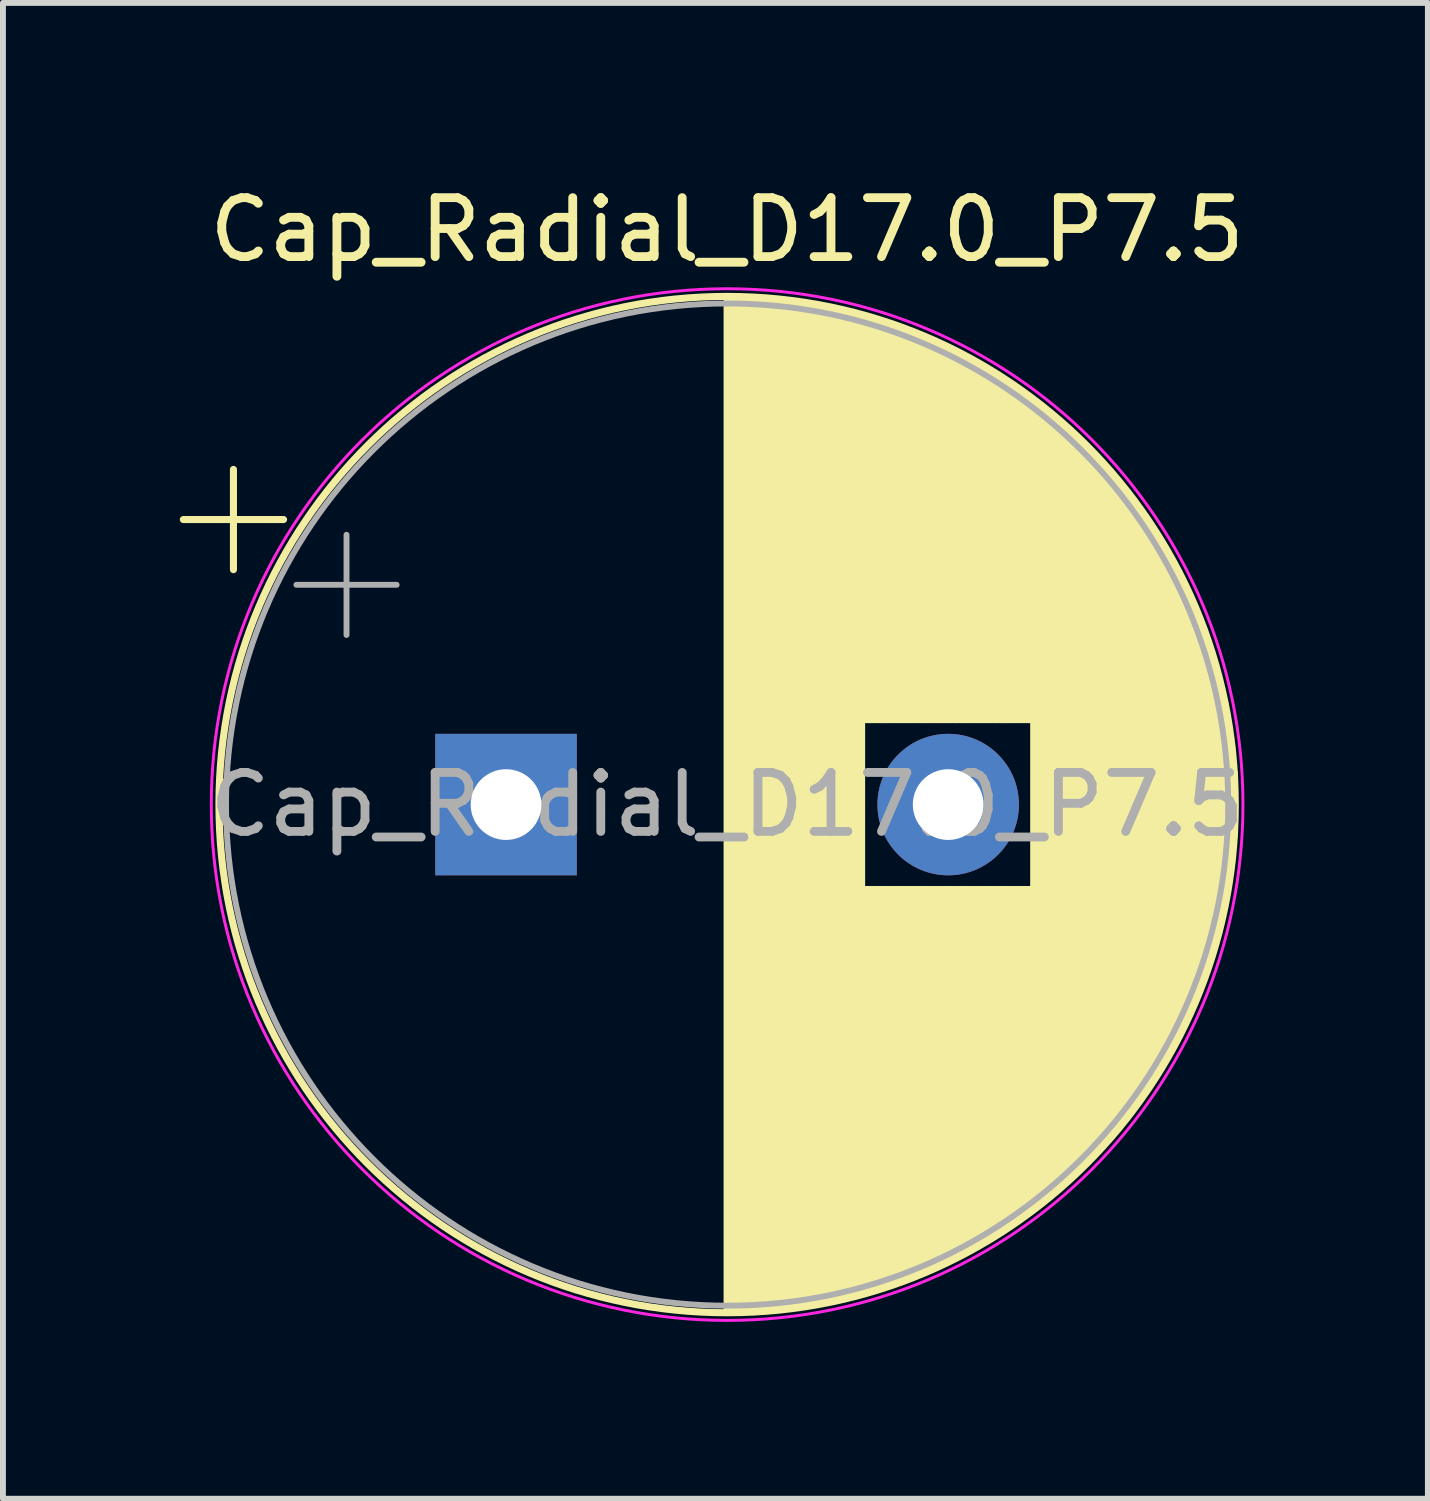
<source format=kicad_pcb>
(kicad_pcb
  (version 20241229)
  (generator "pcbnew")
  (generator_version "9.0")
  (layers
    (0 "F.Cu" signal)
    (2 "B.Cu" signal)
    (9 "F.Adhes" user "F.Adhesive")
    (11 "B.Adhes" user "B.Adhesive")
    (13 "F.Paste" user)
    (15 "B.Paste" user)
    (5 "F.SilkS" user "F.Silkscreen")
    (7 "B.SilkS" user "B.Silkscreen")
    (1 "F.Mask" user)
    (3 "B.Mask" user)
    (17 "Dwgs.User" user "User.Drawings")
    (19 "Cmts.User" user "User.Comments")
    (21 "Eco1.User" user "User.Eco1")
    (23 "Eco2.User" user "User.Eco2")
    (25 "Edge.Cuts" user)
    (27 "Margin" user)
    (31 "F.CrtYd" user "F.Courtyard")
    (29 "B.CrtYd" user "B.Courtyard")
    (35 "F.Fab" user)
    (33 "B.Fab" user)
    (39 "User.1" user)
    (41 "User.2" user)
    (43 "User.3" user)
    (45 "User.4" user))
  (footprint "Cap_Radial_D17.0_P7.5"
    (layer "F.Cu")
    (at 5.534 10.598)
    (property "Reference" "Cap_Radial_D17.0_P7.5" (at 3.75 -9.75 0) (layer "F.SilkS") (effects (font (size 1 1) (thickness 0.15))))
    (fp_line (start -5.474 -4.835) (end -3.774 -4.835) (stroke (width 0.12) (type solid)) (layer "F.SilkS"))
    (fp_line (start -4.624 -5.685) (end -4.624 -3.985) (stroke (width 0.12) (type solid)) (layer "F.SilkS"))
    (fp_line (start 3.75 -8.581) (end 3.75 8.581) (stroke (width 0.12) (type solid)) (layer "F.SilkS"))
    (fp_line (start 3.79 -8.58) (end 3.79 8.58) (stroke (width 0.12) (type solid)) (layer "F.SilkS"))
    (fp_line (start 3.83 -8.58) (end 3.83 8.58) (stroke (width 0.12) (type solid)) (layer "F.SilkS"))
    (fp_line (start 3.87 -8.58) (end 3.87 8.58) (stroke (width 0.12) (type solid)) (layer "F.SilkS"))
    (fp_line (start 3.91 -8.579) (end 3.91 8.579) (stroke (width 0.12) (type solid)) (layer "F.SilkS"))
    (fp_line (start 3.95 -8.578) (end 3.95 8.578) (stroke (width 0.12) (type solid)) (layer "F.SilkS"))
    (fp_line (start 3.99 -8.577) (end 3.99 8.577) (stroke (width 0.12) (type solid)) (layer "F.SilkS"))
    (fp_line (start 4.03 -8.576) (end 4.03 8.576) (stroke (width 0.12) (type solid)) (layer "F.SilkS"))
    (fp_line (start 4.07 -8.575) (end 4.07 8.575) (stroke (width 0.12) (type solid)) (layer "F.SilkS"))
    (fp_line (start 4.11 -8.573) (end 4.11 8.573) (stroke (width 0.12) (type solid)) (layer "F.SilkS"))
    (fp_line (start 4.15 -8.571) (end 4.15 8.571) (stroke (width 0.12) (type solid)) (layer "F.SilkS"))
    (fp_line (start 4.19 -8.569) (end 4.19 8.569) (stroke (width 0.12) (type solid)) (layer "F.SilkS"))
    (fp_line (start 4.23 -8.567) (end 4.23 8.567) (stroke (width 0.12) (type solid)) (layer "F.SilkS"))
    (fp_line (start 4.27 -8.565) (end 4.27 8.565) (stroke (width 0.12) (type solid)) (layer "F.SilkS"))
    (fp_line (start 4.31 -8.562) (end 4.31 8.562) (stroke (width 0.12) (type solid)) (layer "F.SilkS"))
    (fp_line (start 4.35 -8.56) (end 4.35 8.56) (stroke (width 0.12) (type solid)) (layer "F.SilkS"))
    (fp_line (start 4.39 -8.557) (end 4.39 8.557) (stroke (width 0.12) (type solid)) (layer "F.SilkS"))
    (fp_line (start 4.43 -8.554) (end 4.43 8.554) (stroke (width 0.12) (type solid)) (layer "F.SilkS"))
    (fp_line (start 4.471 -8.55) (end 4.471 8.55) (stroke (width 0.12) (type solid)) (layer "F.SilkS"))
    (fp_line (start 4.511 -8.547) (end 4.511 8.547) (stroke (width 0.12) (type solid)) (layer "F.SilkS"))
    (fp_line (start 4.551 -8.543) (end 4.551 8.543) (stroke (width 0.12) (type solid)) (layer "F.SilkS"))
    (fp_line (start 4.591 -8.539) (end 4.591 8.539) (stroke (width 0.12) (type solid)) (layer "F.SilkS"))
    (fp_line (start 4.631 -8.535) (end 4.631 8.535) (stroke (width 0.12) (type solid)) (layer "F.SilkS"))
    (fp_line (start 4.671 -8.531) (end 4.671 8.531) (stroke (width 0.12) (type solid)) (layer "F.SilkS"))
    (fp_line (start 4.711 -8.527) (end 4.711 8.527) (stroke (width 0.12) (type solid)) (layer "F.SilkS"))
    (fp_line (start 4.751 -8.522) (end 4.751 8.522) (stroke (width 0.12) (type solid)) (layer "F.SilkS"))
    (fp_line (start 4.791 -8.518) (end 4.791 8.518) (stroke (width 0.12) (type solid)) (layer "F.SilkS"))
    (fp_line (start 4.831 -8.513) (end 4.831 8.513) (stroke (width 0.12) (type solid)) (layer "F.SilkS"))
    (fp_line (start 4.871 -8.507) (end 4.871 8.507) (stroke (width 0.12) (type solid)) (layer "F.SilkS"))
    (fp_line (start 4.911 -8.502) (end 4.911 8.502) (stroke (width 0.12) (type solid)) (layer "F.SilkS"))
    (fp_line (start 4.951 -8.497) (end 4.951 8.497) (stroke (width 0.12) (type solid)) (layer "F.SilkS"))
    (fp_line (start 4.991 -8.491) (end 4.991 8.491) (stroke (width 0.12) (type solid)) (layer "F.SilkS"))
    (fp_line (start 5.031 -8.485) (end 5.031 8.485) (stroke (width 0.12) (type solid)) (layer "F.SilkS"))
    (fp_line (start 5.071 -8.479) (end 5.071 8.479) (stroke (width 0.12) (type solid)) (layer "F.SilkS"))
    (fp_line (start 5.111 -8.473) (end 5.111 8.473) (stroke (width 0.12) (type solid)) (layer "F.SilkS"))
    (fp_line (start 5.151 -8.466) (end 5.151 8.466) (stroke (width 0.12) (type solid)) (layer "F.SilkS"))
    (fp_line (start 5.191 -8.459) (end 5.191 8.459) (stroke (width 0.12) (type solid)) (layer "F.SilkS"))
    (fp_line (start 5.231 -8.452) (end 5.231 8.452) (stroke (width 0.12) (type solid)) (layer "F.SilkS"))
    (fp_line (start 5.271 -8.445) (end 5.271 8.445) (stroke (width 0.12) (type solid)) (layer "F.SilkS"))
    (fp_line (start 5.311 -8.438) (end 5.311 8.438) (stroke (width 0.12) (type solid)) (layer "F.SilkS"))
    (fp_line (start 5.351 -8.431) (end 5.351 8.431) (stroke (width 0.12) (type solid)) (layer "F.SilkS"))
    (fp_line (start 5.391 -8.423) (end 5.391 8.423) (stroke (width 0.12) (type solid)) (layer "F.SilkS"))
    (fp_line (start 5.431 -8.415) (end 5.431 8.415) (stroke (width 0.12) (type solid)) (layer "F.SilkS"))
    (fp_line (start 5.471 -8.407) (end 5.471 8.407) (stroke (width 0.12) (type solid)) (layer "F.SilkS"))
    (fp_line (start 5.511 -8.399) (end 5.511 8.399) (stroke (width 0.12) (type solid)) (layer "F.SilkS"))
    (fp_line (start 5.551 -8.39) (end 5.551 8.39) (stroke (width 0.12) (type solid)) (layer "F.SilkS"))
    (fp_line (start 5.591 -8.382) (end 5.591 8.382) (stroke (width 0.12) (type solid)) (layer "F.SilkS"))
    (fp_line (start 5.631 -8.373) (end 5.631 8.373) (stroke (width 0.12) (type solid)) (layer "F.SilkS"))
    (fp_line (start 5.671 -8.364) (end 5.671 8.364) (stroke (width 0.12) (type solid)) (layer "F.SilkS"))
    (fp_line (start 5.711 -8.355) (end 5.711 8.355) (stroke (width 0.12) (type solid)) (layer "F.SilkS"))
    (fp_line (start 5.751 -8.345) (end 5.751 8.345) (stroke (width 0.12) (type solid)) (layer "F.SilkS"))
    (fp_line (start 5.791 -8.336) (end 5.791 8.336) (stroke (width 0.12) (type solid)) (layer "F.SilkS"))
    (fp_line (start 5.831 -8.326) (end 5.831 8.326) (stroke (width 0.12) (type solid)) (layer "F.SilkS"))
    (fp_line (start 5.871 -8.316) (end 5.871 8.316) (stroke (width 0.12) (type solid)) (layer "F.SilkS"))
    (fp_line (start 5.911 -8.305) (end 5.911 8.305) (stroke (width 0.12) (type solid)) (layer "F.SilkS"))
    (fp_line (start 5.951 -8.295) (end 5.951 8.295) (stroke (width 0.12) (type solid)) (layer "F.SilkS"))
    (fp_line (start 5.991 -8.284) (end 5.991 8.284) (stroke (width 0.12) (type solid)) (layer "F.SilkS"))
    (fp_line (start 6.031 -8.274) (end 6.031 8.274) (stroke (width 0.12) (type solid)) (layer "F.SilkS"))
    (fp_line (start 6.071 -8.262) (end 6.071 -1.44) (stroke (width 0.12) (type solid)) (layer "F.SilkS"))
    (fp_line (start 6.071 1.44) (end 6.071 8.262) (stroke (width 0.12) (type solid)) (layer "F.SilkS"))
    (fp_line (start 6.111 -8.251) (end 6.111 -1.44) (stroke (width 0.12) (type solid)) (layer "F.SilkS"))
    (fp_line (start 6.111 1.44) (end 6.111 8.251) (stroke (width 0.12) (type solid)) (layer "F.SilkS"))
    (fp_line (start 6.151 -8.24) (end 6.151 -1.44) (stroke (width 0.12) (type solid)) (layer "F.SilkS"))
    (fp_line (start 6.151 1.44) (end 6.151 8.24) (stroke (width 0.12) (type solid)) (layer "F.SilkS"))
    (fp_line (start 6.191 -8.228) (end 6.191 -1.44) (stroke (width 0.12) (type solid)) (layer "F.SilkS"))
    (fp_line (start 6.191 1.44) (end 6.191 8.228) (stroke (width 0.12) (type solid)) (layer "F.SilkS"))
    (fp_line (start 6.231 -8.216) (end 6.231 -1.44) (stroke (width 0.12) (type solid)) (layer "F.SilkS"))
    (fp_line (start 6.231 1.44) (end 6.231 8.216) (stroke (width 0.12) (type solid)) (layer "F.SilkS"))
    (fp_line (start 6.271 -8.204) (end 6.271 -1.44) (stroke (width 0.12) (type solid)) (layer "F.SilkS"))
    (fp_line (start 6.271 1.44) (end 6.271 8.204) (stroke (width 0.12) (type solid)) (layer "F.SilkS"))
    (fp_line (start 6.311 -8.192) (end 6.311 -1.44) (stroke (width 0.12) (type solid)) (layer "F.SilkS"))
    (fp_line (start 6.311 1.44) (end 6.311 8.192) (stroke (width 0.12) (type solid)) (layer "F.SilkS"))
    (fp_line (start 6.351 -8.179) (end 6.351 -1.44) (stroke (width 0.12) (type solid)) (layer "F.SilkS"))
    (fp_line (start 6.351 1.44) (end 6.351 8.179) (stroke (width 0.12) (type solid)) (layer "F.SilkS"))
    (fp_line (start 6.391 -8.166) (end 6.391 -1.44) (stroke (width 0.12) (type solid)) (layer "F.SilkS"))
    (fp_line (start 6.391 1.44) (end 6.391 8.166) (stroke (width 0.12) (type solid)) (layer "F.SilkS"))
    (fp_line (start 6.431 -8.153) (end 6.431 -1.44) (stroke (width 0.12) (type solid)) (layer "F.SilkS"))
    (fp_line (start 6.431 1.44) (end 6.431 8.153) (stroke (width 0.12) (type solid)) (layer "F.SilkS"))
    (fp_line (start 6.471 -8.14) (end 6.471 -1.44) (stroke (width 0.12) (type solid)) (layer "F.SilkS"))
    (fp_line (start 6.471 1.44) (end 6.471 8.14) (stroke (width 0.12) (type solid)) (layer "F.SilkS"))
    (fp_line (start 6.511 -8.127) (end 6.511 -1.44) (stroke (width 0.12) (type solid)) (layer "F.SilkS"))
    (fp_line (start 6.511 1.44) (end 6.511 8.127) (stroke (width 0.12) (type solid)) (layer "F.SilkS"))
    (fp_line (start 6.551 -8.113) (end 6.551 -1.44) (stroke (width 0.12) (type solid)) (layer "F.SilkS"))
    (fp_line (start 6.551 1.44) (end 6.551 8.113) (stroke (width 0.12) (type solid)) (layer "F.SilkS"))
    (fp_line (start 6.591 -8.099) (end 6.591 -1.44) (stroke (width 0.12) (type solid)) (layer "F.SilkS"))
    (fp_line (start 6.591 1.44) (end 6.591 8.099) (stroke (width 0.12) (type solid)) (layer "F.SilkS"))
    (fp_line (start 6.631 -8.085) (end 6.631 -1.44) (stroke (width 0.12) (type solid)) (layer "F.SilkS"))
    (fp_line (start 6.631 1.44) (end 6.631 8.085) (stroke (width 0.12) (type solid)) (layer "F.SilkS"))
    (fp_line (start 6.671 -8.071) (end 6.671 -1.44) (stroke (width 0.12) (type solid)) (layer "F.SilkS"))
    (fp_line (start 6.671 1.44) (end 6.671 8.071) (stroke (width 0.12) (type solid)) (layer "F.SilkS"))
    (fp_line (start 6.711 -8.056) (end 6.711 -1.44) (stroke (width 0.12) (type solid)) (layer "F.SilkS"))
    (fp_line (start 6.711 1.44) (end 6.711 8.056) (stroke (width 0.12) (type solid)) (layer "F.SilkS"))
    (fp_line (start 6.751 -8.042) (end 6.751 -1.44) (stroke (width 0.12) (type solid)) (layer "F.SilkS"))
    (fp_line (start 6.751 1.44) (end 6.751 8.042) (stroke (width 0.12) (type solid)) (layer "F.SilkS"))
    (fp_line (start 6.791 -8.027) (end 6.791 -1.44) (stroke (width 0.12) (type solid)) (layer "F.SilkS"))
    (fp_line (start 6.791 1.44) (end 6.791 8.027) (stroke (width 0.12) (type solid)) (layer "F.SilkS"))
    (fp_line (start 6.831 -8.011) (end 6.831 -1.44) (stroke (width 0.12) (type solid)) (layer "F.SilkS"))
    (fp_line (start 6.831 1.44) (end 6.831 8.011) (stroke (width 0.12) (type solid)) (layer "F.SilkS"))
    (fp_line (start 6.871 -7.996) (end 6.871 -1.44) (stroke (width 0.12) (type solid)) (layer "F.SilkS"))
    (fp_line (start 6.871 1.44) (end 6.871 7.996) (stroke (width 0.12) (type solid)) (layer "F.SilkS"))
    (fp_line (start 6.911 -7.98) (end 6.911 -1.44) (stroke (width 0.12) (type solid)) (layer "F.SilkS"))
    (fp_line (start 6.911 1.44) (end 6.911 7.98) (stroke (width 0.12) (type solid)) (layer "F.SilkS"))
    (fp_line (start 6.951 -7.965) (end 6.951 -1.44) (stroke (width 0.12) (type solid)) (layer "F.SilkS"))
    (fp_line (start 6.951 1.44) (end 6.951 7.965) (stroke (width 0.12) (type solid)) (layer "F.SilkS"))
    (fp_line (start 6.991 -7.948) (end 6.991 -1.44) (stroke (width 0.12) (type solid)) (layer "F.SilkS"))
    (fp_line (start 6.991 1.44) (end 6.991 7.948) (stroke (width 0.12) (type solid)) (layer "F.SilkS"))
    (fp_line (start 7.031 -7.932) (end 7.031 -1.44) (stroke (width 0.12) (type solid)) (layer "F.SilkS"))
    (fp_line (start 7.031 1.44) (end 7.031 7.932) (stroke (width 0.12) (type solid)) (layer "F.SilkS"))
    (fp_line (start 7.071 -7.915) (end 7.071 -1.44) (stroke (width 0.12) (type solid)) (layer "F.SilkS"))
    (fp_line (start 7.071 1.44) (end 7.071 7.915) (stroke (width 0.12) (type solid)) (layer "F.SilkS"))
    (fp_line (start 7.111 -7.899) (end 7.111 -1.44) (stroke (width 0.12) (type solid)) (layer "F.SilkS"))
    (fp_line (start 7.111 1.44) (end 7.111 7.899) (stroke (width 0.12) (type solid)) (layer "F.SilkS"))
    (fp_line (start 7.151 -7.882) (end 7.151 -1.44) (stroke (width 0.12) (type solid)) (layer "F.SilkS"))
    (fp_line (start 7.151 1.44) (end 7.151 7.882) (stroke (width 0.12) (type solid)) (layer "F.SilkS"))
    (fp_line (start 7.191 -7.864) (end 7.191 -1.44) (stroke (width 0.12) (type solid)) (layer "F.SilkS"))
    (fp_line (start 7.191 1.44) (end 7.191 7.864) (stroke (width 0.12) (type solid)) (layer "F.SilkS"))
    (fp_line (start 7.231 -7.847) (end 7.231 -1.44) (stroke (width 0.12) (type solid)) (layer "F.SilkS"))
    (fp_line (start 7.231 1.44) (end 7.231 7.847) (stroke (width 0.12) (type solid)) (layer "F.SilkS"))
    (fp_line (start 7.271 -7.829) (end 7.271 -1.44) (stroke (width 0.12) (type solid)) (layer "F.SilkS"))
    (fp_line (start 7.271 1.44) (end 7.271 7.829) (stroke (width 0.12) (type solid)) (layer "F.SilkS"))
    (fp_line (start 7.311 -7.811) (end 7.311 -1.44) (stroke (width 0.12) (type solid)) (layer "F.SilkS"))
    (fp_line (start 7.311 1.44) (end 7.311 7.811) (stroke (width 0.12) (type solid)) (layer "F.SilkS"))
    (fp_line (start 7.351 -7.793) (end 7.351 -1.44) (stroke (width 0.12) (type solid)) (layer "F.SilkS"))
    (fp_line (start 7.351 1.44) (end 7.351 7.793) (stroke (width 0.12) (type solid)) (layer "F.SilkS"))
    (fp_line (start 7.391 -7.774) (end 7.391 -1.44) (stroke (width 0.12) (type solid)) (layer "F.SilkS"))
    (fp_line (start 7.391 1.44) (end 7.391 7.774) (stroke (width 0.12) (type solid)) (layer "F.SilkS"))
    (fp_line (start 7.431 -7.755) (end 7.431 -1.44) (stroke (width 0.12) (type solid)) (layer "F.SilkS"))
    (fp_line (start 7.431 1.44) (end 7.431 7.755) (stroke (width 0.12) (type solid)) (layer "F.SilkS"))
    (fp_line (start 7.471 -7.736) (end 7.471 -1.44) (stroke (width 0.12) (type solid)) (layer "F.SilkS"))
    (fp_line (start 7.471 1.44) (end 7.471 7.736) (stroke (width 0.12) (type solid)) (layer "F.SilkS"))
    (fp_line (start 7.511 -7.717) (end 7.511 -1.44) (stroke (width 0.12) (type solid)) (layer "F.SilkS"))
    (fp_line (start 7.511 1.44) (end 7.511 7.717) (stroke (width 0.12) (type solid)) (layer "F.SilkS"))
    (fp_line (start 7.551 -7.698) (end 7.551 -1.44) (stroke (width 0.12) (type solid)) (layer "F.SilkS"))
    (fp_line (start 7.551 1.44) (end 7.551 7.698) (stroke (width 0.12) (type solid)) (layer "F.SilkS"))
    (fp_line (start 7.591 -7.678) (end 7.591 -1.44) (stroke (width 0.12) (type solid)) (layer "F.SilkS"))
    (fp_line (start 7.591 1.44) (end 7.591 7.678) (stroke (width 0.12) (type solid)) (layer "F.SilkS"))
    (fp_line (start 7.631 -7.658) (end 7.631 -1.44) (stroke (width 0.12) (type solid)) (layer "F.SilkS"))
    (fp_line (start 7.631 1.44) (end 7.631 7.658) (stroke (width 0.12) (type solid)) (layer "F.SilkS"))
    (fp_line (start 7.671 -7.638) (end 7.671 -1.44) (stroke (width 0.12) (type solid)) (layer "F.SilkS"))
    (fp_line (start 7.671 1.44) (end 7.671 7.638) (stroke (width 0.12) (type solid)) (layer "F.SilkS"))
    (fp_line (start 7.711 -7.617) (end 7.711 -1.44) (stroke (width 0.12) (type solid)) (layer "F.SilkS"))
    (fp_line (start 7.711 1.44) (end 7.711 7.617) (stroke (width 0.12) (type solid)) (layer "F.SilkS"))
    (fp_line (start 7.751 -7.596) (end 7.751 -1.44) (stroke (width 0.12) (type solid)) (layer "F.SilkS"))
    (fp_line (start 7.751 1.44) (end 7.751 7.596) (stroke (width 0.12) (type solid)) (layer "F.SilkS"))
    (fp_line (start 7.791 -7.575) (end 7.791 -1.44) (stroke (width 0.12) (type solid)) (layer "F.SilkS"))
    (fp_line (start 7.791 1.44) (end 7.791 7.575) (stroke (width 0.12) (type solid)) (layer "F.SilkS"))
    (fp_line (start 7.831 -7.554) (end 7.831 -1.44) (stroke (width 0.12) (type solid)) (layer "F.SilkS"))
    (fp_line (start 7.831 1.44) (end 7.831 7.554) (stroke (width 0.12) (type solid)) (layer "F.SilkS"))
    (fp_line (start 7.871 -7.532) (end 7.871 -1.44) (stroke (width 0.12) (type solid)) (layer "F.SilkS"))
    (fp_line (start 7.871 1.44) (end 7.871 7.532) (stroke (width 0.12) (type solid)) (layer "F.SilkS"))
    (fp_line (start 7.911 -7.51) (end 7.911 -1.44) (stroke (width 0.12) (type solid)) (layer "F.SilkS"))
    (fp_line (start 7.911 1.44) (end 7.911 7.51) (stroke (width 0.12) (type solid)) (layer "F.SilkS"))
    (fp_line (start 7.951 -7.488) (end 7.951 -1.44) (stroke (width 0.12) (type solid)) (layer "F.SilkS"))
    (fp_line (start 7.951 1.44) (end 7.951 7.488) (stroke (width 0.12) (type solid)) (layer "F.SilkS"))
    (fp_line (start 7.991 -7.466) (end 7.991 -1.44) (stroke (width 0.12) (type solid)) (layer "F.SilkS"))
    (fp_line (start 7.991 1.44) (end 7.991 7.466) (stroke (width 0.12) (type solid)) (layer "F.SilkS"))
    (fp_line (start 8.031 -7.443) (end 8.031 -1.44) (stroke (width 0.12) (type solid)) (layer "F.SilkS"))
    (fp_line (start 8.031 1.44) (end 8.031 7.443) (stroke (width 0.12) (type solid)) (layer "F.SilkS"))
    (fp_line (start 8.071 -7.42) (end 8.071 -1.44) (stroke (width 0.12) (type solid)) (layer "F.SilkS"))
    (fp_line (start 8.071 1.44) (end 8.071 7.42) (stroke (width 0.12) (type solid)) (layer "F.SilkS"))
    (fp_line (start 8.111 -7.397) (end 8.111 -1.44) (stroke (width 0.12) (type solid)) (layer "F.SilkS"))
    (fp_line (start 8.111 1.44) (end 8.111 7.397) (stroke (width 0.12) (type solid)) (layer "F.SilkS"))
    (fp_line (start 8.151 -7.373) (end 8.151 -1.44) (stroke (width 0.12) (type solid)) (layer "F.SilkS"))
    (fp_line (start 8.151 1.44) (end 8.151 7.373) (stroke (width 0.12) (type solid)) (layer "F.SilkS"))
    (fp_line (start 8.191 -7.349) (end 8.191 -1.44) (stroke (width 0.12) (type solid)) (layer "F.SilkS"))
    (fp_line (start 8.191 1.44) (end 8.191 7.349) (stroke (width 0.12) (type solid)) (layer "F.SilkS"))
    (fp_line (start 8.231 -7.325) (end 8.231 -1.44) (stroke (width 0.12) (type solid)) (layer "F.SilkS"))
    (fp_line (start 8.231 1.44) (end 8.231 7.325) (stroke (width 0.12) (type solid)) (layer "F.SilkS"))
    (fp_line (start 8.271 -7.3) (end 8.271 -1.44) (stroke (width 0.12) (type solid)) (layer "F.SilkS"))
    (fp_line (start 8.271 1.44) (end 8.271 7.3) (stroke (width 0.12) (type solid)) (layer "F.SilkS"))
    (fp_line (start 8.311 -7.276) (end 8.311 -1.44) (stroke (width 0.12) (type solid)) (layer "F.SilkS"))
    (fp_line (start 8.311 1.44) (end 8.311 7.276) (stroke (width 0.12) (type solid)) (layer "F.SilkS"))
    (fp_line (start 8.351 -7.251) (end 8.351 -1.44) (stroke (width 0.12) (type solid)) (layer "F.SilkS"))
    (fp_line (start 8.351 1.44) (end 8.351 7.251) (stroke (width 0.12) (type solid)) (layer "F.SilkS"))
    (fp_line (start 8.391 -7.225) (end 8.391 -1.44) (stroke (width 0.12) (type solid)) (layer "F.SilkS"))
    (fp_line (start 8.391 1.44) (end 8.391 7.225) (stroke (width 0.12) (type solid)) (layer "F.SilkS"))
    (fp_line (start 8.431 -7.199) (end 8.431 -1.44) (stroke (width 0.12) (type solid)) (layer "F.SilkS"))
    (fp_line (start 8.431 1.44) (end 8.431 7.199) (stroke (width 0.12) (type solid)) (layer "F.SilkS"))
    (fp_line (start 8.471 -7.173) (end 8.471 -1.44) (stroke (width 0.12) (type solid)) (layer "F.SilkS"))
    (fp_line (start 8.471 1.44) (end 8.471 7.173) (stroke (width 0.12) (type solid)) (layer "F.SilkS"))
    (fp_line (start 8.511 -7.147) (end 8.511 -1.44) (stroke (width 0.12) (type solid)) (layer "F.SilkS"))
    (fp_line (start 8.511 1.44) (end 8.511 7.147) (stroke (width 0.12) (type solid)) (layer "F.SilkS"))
    (fp_line (start 8.551 -7.12) (end 8.551 -1.44) (stroke (width 0.12) (type solid)) (layer "F.SilkS"))
    (fp_line (start 8.551 1.44) (end 8.551 7.12) (stroke (width 0.12) (type solid)) (layer "F.SilkS"))
    (fp_line (start 8.591 -7.093) (end 8.591 -1.44) (stroke (width 0.12) (type solid)) (layer "F.SilkS"))
    (fp_line (start 8.591 1.44) (end 8.591 7.093) (stroke (width 0.12) (type solid)) (layer "F.SilkS"))
    (fp_line (start 8.631 -7.066) (end 8.631 -1.44) (stroke (width 0.12) (type solid)) (layer "F.SilkS"))
    (fp_line (start 8.631 1.44) (end 8.631 7.066) (stroke (width 0.12) (type solid)) (layer "F.SilkS"))
    (fp_line (start 8.671 -7.038) (end 8.671 -1.44) (stroke (width 0.12) (type solid)) (layer "F.SilkS"))
    (fp_line (start 8.671 1.44) (end 8.671 7.038) (stroke (width 0.12) (type solid)) (layer "F.SilkS"))
    (fp_line (start 8.711 -7.011) (end 8.711 -1.44) (stroke (width 0.12) (type solid)) (layer "F.SilkS"))
    (fp_line (start 8.711 1.44) (end 8.711 7.011) (stroke (width 0.12) (type solid)) (layer "F.SilkS"))
    (fp_line (start 8.751 -6.982) (end 8.751 -1.44) (stroke (width 0.12) (type solid)) (layer "F.SilkS"))
    (fp_line (start 8.751 1.44) (end 8.751 6.982) (stroke (width 0.12) (type solid)) (layer "F.SilkS"))
    (fp_line (start 8.791 -6.954) (end 8.791 -1.44) (stroke (width 0.12) (type solid)) (layer "F.SilkS"))
    (fp_line (start 8.791 1.44) (end 8.791 6.954) (stroke (width 0.12) (type solid)) (layer "F.SilkS"))
    (fp_line (start 8.831 -6.925) (end 8.831 -1.44) (stroke (width 0.12) (type solid)) (layer "F.SilkS"))
    (fp_line (start 8.831 1.44) (end 8.831 6.925) (stroke (width 0.12) (type solid)) (layer "F.SilkS"))
    (fp_line (start 8.871 -6.895) (end 8.871 -1.44) (stroke (width 0.12) (type solid)) (layer "F.SilkS"))
    (fp_line (start 8.871 1.44) (end 8.871 6.895) (stroke (width 0.12) (type solid)) (layer "F.SilkS"))
    (fp_line (start 8.911 -6.865) (end 8.911 -1.44) (stroke (width 0.12) (type solid)) (layer "F.SilkS"))
    (fp_line (start 8.911 1.44) (end 8.911 6.865) (stroke (width 0.12) (type solid)) (layer "F.SilkS"))
    (fp_line (start 8.951 -6.835) (end 8.951 6.835) (stroke (width 0.12) (type solid)) (layer "F.SilkS"))
    (fp_line (start 8.991 -6.805) (end 8.991 6.805) (stroke (width 0.12) (type solid)) (layer "F.SilkS"))
    (fp_line (start 9.031 -6.774) (end 9.031 6.774) (stroke (width 0.12) (type solid)) (layer "F.SilkS"))
    (fp_line (start 9.071 -6.743) (end 9.071 6.743) (stroke (width 0.12) (type solid)) (layer "F.SilkS"))
    (fp_line (start 9.111 -6.711) (end 9.111 6.711) (stroke (width 0.12) (type solid)) (layer "F.SilkS"))
    (fp_line (start 9.151 -6.679) (end 9.151 6.679) (stroke (width 0.12) (type solid)) (layer "F.SilkS"))
    (fp_line (start 9.191 -6.647) (end 9.191 6.647) (stroke (width 0.12) (type solid)) (layer "F.SilkS"))
    (fp_line (start 9.231 -6.614) (end 9.231 6.614) (stroke (width 0.12) (type solid)) (layer "F.SilkS"))
    (fp_line (start 9.271 -6.581) (end 9.271 6.581) (stroke (width 0.12) (type solid)) (layer "F.SilkS"))
    (fp_line (start 9.311 -6.548) (end 9.311 6.548) (stroke (width 0.12) (type solid)) (layer "F.SilkS"))
    (fp_line (start 9.351 -6.514) (end 9.351 6.514) (stroke (width 0.12) (type solid)) (layer "F.SilkS"))
    (fp_line (start 9.391 -6.479) (end 9.391 6.479) (stroke (width 0.12) (type solid)) (layer "F.SilkS"))
    (fp_line (start 9.431 -6.444) (end 9.431 6.444) (stroke (width 0.12) (type solid)) (layer "F.SilkS"))
    (fp_line (start 9.471 -6.409) (end 9.471 6.409) (stroke (width 0.12) (type solid)) (layer "F.SilkS"))
    (fp_line (start 9.511 -6.374) (end 9.511 6.374) (stroke (width 0.12) (type solid)) (layer "F.SilkS"))
    (fp_line (start 9.551 -6.337) (end 9.551 6.337) (stroke (width 0.12) (type solid)) (layer "F.SilkS"))
    (fp_line (start 9.591 -6.301) (end 9.591 6.301) (stroke (width 0.12) (type solid)) (layer "F.SilkS"))
    (fp_line (start 9.631 -6.264) (end 9.631 6.264) (stroke (width 0.12) (type solid)) (layer "F.SilkS"))
    (fp_line (start 9.671 -6.226) (end 9.671 6.226) (stroke (width 0.12) (type solid)) (layer "F.SilkS"))
    (fp_line (start 9.711 -6.188) (end 9.711 6.188) (stroke (width 0.12) (type solid)) (layer "F.SilkS"))
    (fp_line (start 9.751 -6.15) (end 9.751 6.15) (stroke (width 0.12) (type solid)) (layer "F.SilkS"))
    (fp_line (start 9.791 -6.111) (end 9.791 6.111) (stroke (width 0.12) (type solid)) (layer "F.SilkS"))
    (fp_line (start 9.831 -6.071) (end 9.831 6.071) (stroke (width 0.12) (type solid)) (layer "F.SilkS"))
    (fp_line (start 9.871 -6.031) (end 9.871 6.031) (stroke (width 0.12) (type solid)) (layer "F.SilkS"))
    (fp_line (start 9.911 -5.99) (end 9.911 5.99) (stroke (width 0.12) (type solid)) (layer "F.SilkS"))
    (fp_line (start 9.951 -5.949) (end 9.951 5.949) (stroke (width 0.12) (type solid)) (layer "F.SilkS"))
    (fp_line (start 9.991 -5.907) (end 9.991 5.907) (stroke (width 0.12) (type solid)) (layer "F.SilkS"))
    (fp_line (start 10.031 -5.865) (end 10.031 5.865) (stroke (width 0.12) (type solid)) (layer "F.SilkS"))
    (fp_line (start 10.071 -5.822) (end 10.071 5.822) (stroke (width 0.12) (type solid)) (layer "F.SilkS"))
    (fp_line (start 10.111 -5.779) (end 10.111 5.779) (stroke (width 0.12) (type solid)) (layer "F.SilkS"))
    (fp_line (start 10.151 -5.735) (end 10.151 5.735) (stroke (width 0.12) (type solid)) (layer "F.SilkS"))
    (fp_line (start 10.191 -5.69) (end 10.191 5.69) (stroke (width 0.12) (type solid)) (layer "F.SilkS"))
    (fp_line (start 10.231 -5.645) (end 10.231 5.645) (stroke (width 0.12) (type solid)) (layer "F.SilkS"))
    (fp_line (start 10.271 -5.599) (end 10.271 5.599) (stroke (width 0.12) (type solid)) (layer "F.SilkS"))
    (fp_line (start 10.311 -5.553) (end 10.311 5.553) (stroke (width 0.12) (type solid)) (layer "F.SilkS"))
    (fp_line (start 10.351 -5.505) (end 10.351 5.505) (stroke (width 0.12) (type solid)) (layer "F.SilkS"))
    (fp_line (start 10.391 -5.457) (end 10.391 5.457) (stroke (width 0.12) (type solid)) (layer "F.SilkS"))
    (fp_line (start 10.431 -5.409) (end 10.431 5.409) (stroke (width 0.12) (type solid)) (layer "F.SilkS"))
    (fp_line (start 10.471 -5.359) (end 10.471 5.359) (stroke (width 0.12) (type solid)) (layer "F.SilkS"))
    (fp_line (start 10.511 -5.309) (end 10.511 5.309) (stroke (width 0.12) (type solid)) (layer "F.SilkS"))
    (fp_line (start 10.551 -5.258) (end 10.551 5.258) (stroke (width 0.12) (type solid)) (layer "F.SilkS"))
    (fp_line (start 10.591 -5.206) (end 10.591 5.206) (stroke (width 0.12) (type solid)) (layer "F.SilkS"))
    (fp_line (start 10.631 -5.154) (end 10.631 5.154) (stroke (width 0.12) (type solid)) (layer "F.SilkS"))
    (fp_line (start 10.671 -5.1) (end 10.671 5.1) (stroke (width 0.12) (type solid)) (layer "F.SilkS"))
    (fp_line (start 10.711 -5.046) (end 10.711 5.046) (stroke (width 0.12) (type solid)) (layer "F.SilkS"))
    (fp_line (start 10.751 -4.991) (end 10.751 4.991) (stroke (width 0.12) (type solid)) (layer "F.SilkS"))
    (fp_line (start 10.791 -4.935) (end 10.791 4.935) (stroke (width 0.12) (type solid)) (layer "F.SilkS"))
    (fp_line (start 10.831 -4.878) (end 10.831 4.878) (stroke (width 0.12) (type solid)) (layer "F.SilkS"))
    (fp_line (start 10.871 -4.82) (end 10.871 4.82) (stroke (width 0.12) (type solid)) (layer "F.SilkS"))
    (fp_line (start 10.911 -4.76) (end 10.911 4.76) (stroke (width 0.12) (type solid)) (layer "F.SilkS"))
    (fp_line (start 10.951 -4.7) (end 10.951 4.7) (stroke (width 0.12) (type solid)) (layer "F.SilkS"))
    (fp_line (start 10.991 -4.639) (end 10.991 4.639) (stroke (width 0.12) (type solid)) (layer "F.SilkS"))
    (fp_line (start 11.031 -4.576) (end 11.031 4.576) (stroke (width 0.12) (type solid)) (layer "F.SilkS"))
    (fp_line (start 11.071 -4.513) (end 11.071 4.513) (stroke (width 0.12) (type solid)) (layer "F.SilkS"))
    (fp_line (start 11.111 -4.448) (end 11.111 4.448) (stroke (width 0.12) (type solid)) (layer "F.SilkS"))
    (fp_line (start 11.151 -4.381) (end 11.151 4.381) (stroke (width 0.12) (type solid)) (layer "F.SilkS"))
    (fp_line (start 11.191 -4.314) (end 11.191 4.314) (stroke (width 0.12) (type solid)) (layer "F.SilkS"))
    (fp_line (start 11.231 -4.245) (end 11.231 4.245) (stroke (width 0.12) (type solid)) (layer "F.SilkS"))
    (fp_line (start 11.271 -4.174) (end 11.271 4.174) (stroke (width 0.12) (type solid)) (layer "F.SilkS"))
    (fp_line (start 11.311 -4.102) (end 11.311 4.102) (stroke (width 0.12) (type solid)) (layer "F.SilkS"))
    (fp_line (start 11.351 -4.028) (end 11.351 4.028) (stroke (width 0.12) (type solid)) (layer "F.SilkS"))
    (fp_line (start 11.391 -3.952) (end 11.391 3.952) (stroke (width 0.12) (type solid)) (layer "F.SilkS"))
    (fp_line (start 11.431 -3.875) (end 11.431 3.875) (stroke (width 0.12) (type solid)) (layer "F.SilkS"))
    (fp_line (start 11.471 -3.795) (end 11.471 3.795) (stroke (width 0.12) (type solid)) (layer "F.SilkS"))
    (fp_line (start 11.511 -3.714) (end 11.511 3.714) (stroke (width 0.12) (type solid)) (layer "F.SilkS"))
    (fp_line (start 11.551 -3.63) (end 11.551 3.63) (stroke (width 0.12) (type solid)) (layer "F.SilkS"))
    (fp_line (start 11.591 -3.544) (end 11.591 3.544) (stroke (width 0.12) (type solid)) (layer "F.SilkS"))
    (fp_line (start 11.631 -3.455) (end 11.631 3.455) (stroke (width 0.12) (type solid)) (layer "F.SilkS"))
    (fp_line (start 11.671 -3.363) (end 11.671 3.363) (stroke (width 0.12) (type solid)) (layer "F.SilkS"))
    (fp_line (start 11.711 -3.268) (end 11.711 3.268) (stroke (width 0.12) (type solid)) (layer "F.SilkS"))
    (fp_line (start 11.751 -3.171) (end 11.751 3.171) (stroke (width 0.12) (type solid)) (layer "F.SilkS"))
    (fp_line (start 11.791 -3.069) (end 11.791 3.069) (stroke (width 0.12) (type solid)) (layer "F.SilkS"))
    (fp_line (start 11.831 -2.963) (end 11.831 2.963) (stroke (width 0.12) (type solid)) (layer "F.SilkS"))
    (fp_line (start 11.871 -2.854) (end 11.871 2.854) (stroke (width 0.12) (type solid)) (layer "F.SilkS"))
    (fp_line (start 11.911 -2.739) (end 11.911 2.739) (stroke (width 0.12) (type solid)) (layer "F.SilkS"))
    (fp_line (start 11.95 -2.618) (end 11.95 2.618) (stroke (width 0.12) (type solid)) (layer "F.SilkS"))
    (fp_line (start 11.99 -2.492) (end 11.99 2.492) (stroke (width 0.12) (type solid)) (layer "F.SilkS"))
    (fp_line (start 12.03 -2.358) (end 12.03 2.358) (stroke (width 0.12) (type solid)) (layer "F.SilkS"))
    (fp_line (start 12.07 -2.215) (end 12.07 2.215) (stroke (width 0.12) (type solid)) (layer "F.SilkS"))
    (fp_line (start 12.11 -2.062) (end 12.11 2.062) (stroke (width 0.12) (type solid)) (layer "F.SilkS"))
    (fp_line (start 12.15 -1.896) (end 12.15 1.896) (stroke (width 0.12) (type solid)) (layer "F.SilkS"))
    (fp_line (start 12.19 -1.713) (end 12.19 1.713) (stroke (width 0.12) (type solid)) (layer "F.SilkS"))
    (fp_line (start 12.23 -1.508) (end 12.23 1.508) (stroke (width 0.12) (type solid)) (layer "F.SilkS"))
    (fp_line (start 12.27 -1.27) (end 12.27 1.27) (stroke (width 0.12) (type solid)) (layer "F.SilkS"))
    (fp_line (start 12.31 -0.976) (end 12.31 0.976) (stroke (width 0.12) (type solid)) (layer "F.SilkS"))
    (fp_line (start 12.35 -0.547) (end 12.35 0.547) (stroke (width 0.12) (type solid)) (layer "F.SilkS"))
    (fp_circle (center 3.75 0) (end 12.37 0) (stroke (width 0.12) (type solid)) (fill no) (layer "F.SilkS"))
    (fp_circle (center 3.75 0) (end 12.5 0) (stroke (width 0.05) (type solid)) (fill no) (layer "F.CrtYd"))
    (fp_line (start -3.556 -3.728) (end -1.856 -3.728) (stroke (width 0.1) (type solid)) (layer "F.Fab"))
    (fp_line (start -2.706 -4.577) (end -2.706 -2.877) (stroke (width 0.1) (type solid)) (layer "F.Fab"))
    (fp_circle (center 3.75 0) (end 12.25 0) (stroke (width 0.1) (type solid)) (fill no) (layer "F.Fab"))
    (fp_text user "${REFERENCE}" (at 3.75 0 0) (layer "F.Fab") (effects (font (size 1 1) (thickness 0.15))))
    (pad "1" thru_hole rect (at 0 0) (size 2.4 2.4) (drill 1.2) (layers "*.Cu" "*.Mask"))
    (pad "2" thru_hole circle (at 7.5 0) (size 2.4 2.4) (drill 1.2) (layers "*.Cu" "*.Mask")))
  (gr_rect
    (start -3 -3)
    (end 21.171 22.373)
    (stroke (width 0.1) (type default))
    (fill no)
    (layer "Edge.Cuts")))
</source>
